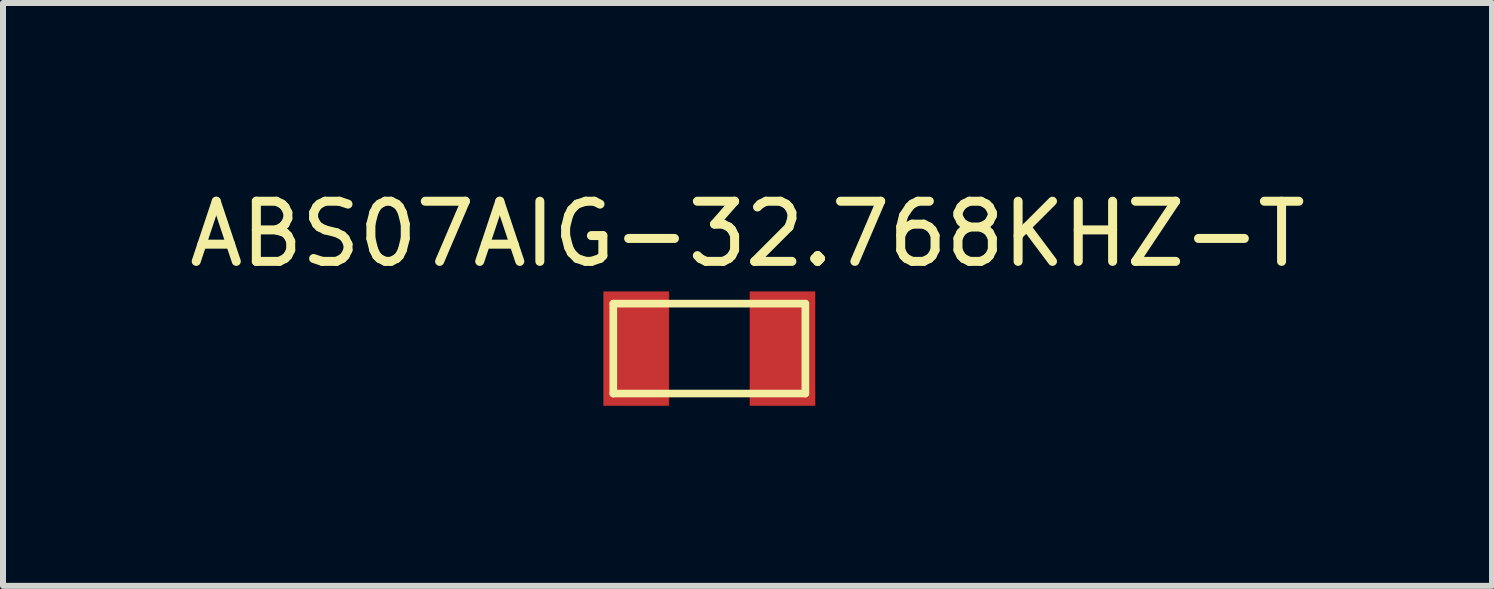
<source format=kicad_pcb>
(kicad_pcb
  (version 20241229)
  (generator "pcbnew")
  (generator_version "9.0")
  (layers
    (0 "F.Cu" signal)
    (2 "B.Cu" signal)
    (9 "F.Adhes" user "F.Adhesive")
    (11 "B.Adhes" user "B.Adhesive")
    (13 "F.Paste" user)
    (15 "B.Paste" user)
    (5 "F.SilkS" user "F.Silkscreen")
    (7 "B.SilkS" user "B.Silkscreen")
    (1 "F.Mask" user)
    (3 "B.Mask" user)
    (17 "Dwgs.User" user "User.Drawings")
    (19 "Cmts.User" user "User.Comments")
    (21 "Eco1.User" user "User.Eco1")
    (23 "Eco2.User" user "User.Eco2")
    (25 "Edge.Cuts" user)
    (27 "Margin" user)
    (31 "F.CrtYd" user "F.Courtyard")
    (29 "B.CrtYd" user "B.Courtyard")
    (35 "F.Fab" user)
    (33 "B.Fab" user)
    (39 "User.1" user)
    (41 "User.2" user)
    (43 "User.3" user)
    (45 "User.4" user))
  (footprint "ABS07AIG-32.768KHZ-T"
    (layer "F.Cu")
    (at 8.768 2.758)
    (property "Reference" "ABS07AIG-32.768KHZ-T" (at 0.636 -1.909 0) (layer "F.SilkS") (effects (font (size 1.002 1.002) (thickness 0.15))))
    (attr smd)
    (fp_line (start -1.6 -0.749) (end 1.6 -0.749) (stroke (width 0.127) (type solid)) (layer "F.SilkS"))
    (fp_line (start -1.6 0.749) (end -1.6 -0.749) (stroke (width 0.127) (type solid)) (layer "F.SilkS"))
    (fp_line (start 1.6 -0.749) (end 1.6 0.749) (stroke (width 0.127) (type solid)) (layer "F.SilkS"))
    (fp_line (start 1.6 0.749) (end -1.6 0.749) (stroke (width 0.127) (type solid)) (layer "F.SilkS"))
    (pad "1" smd rect (at -1.219 0) (size 1.092 1.905) (layers "F.Cu" "F.Mask" "F.Paste"))
    (pad "2" smd rect (at 1.219 0) (size 1.092 1.905) (layers "F.Cu" "F.Mask" "F.Paste")))
  (gr_rect
    (start -3 -3)
    (end 21.809 6.711)
    (stroke (width 0.1) (type default))
    (fill no)
    (layer "Edge.Cuts")))
</source>
